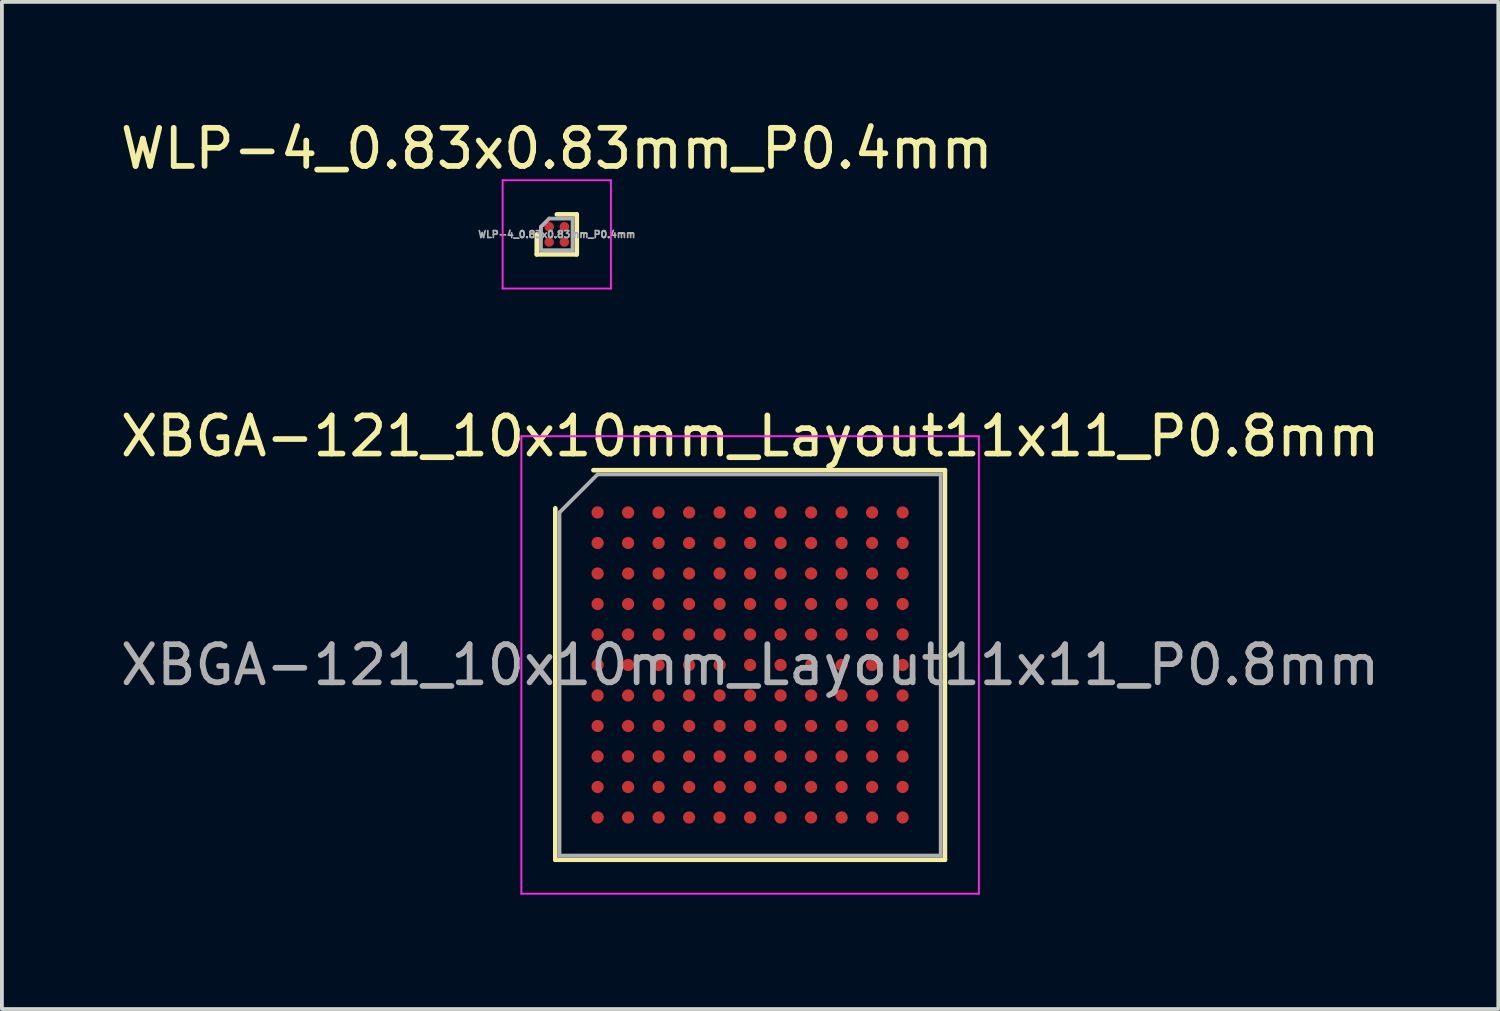
<source format=kicad_pcb>
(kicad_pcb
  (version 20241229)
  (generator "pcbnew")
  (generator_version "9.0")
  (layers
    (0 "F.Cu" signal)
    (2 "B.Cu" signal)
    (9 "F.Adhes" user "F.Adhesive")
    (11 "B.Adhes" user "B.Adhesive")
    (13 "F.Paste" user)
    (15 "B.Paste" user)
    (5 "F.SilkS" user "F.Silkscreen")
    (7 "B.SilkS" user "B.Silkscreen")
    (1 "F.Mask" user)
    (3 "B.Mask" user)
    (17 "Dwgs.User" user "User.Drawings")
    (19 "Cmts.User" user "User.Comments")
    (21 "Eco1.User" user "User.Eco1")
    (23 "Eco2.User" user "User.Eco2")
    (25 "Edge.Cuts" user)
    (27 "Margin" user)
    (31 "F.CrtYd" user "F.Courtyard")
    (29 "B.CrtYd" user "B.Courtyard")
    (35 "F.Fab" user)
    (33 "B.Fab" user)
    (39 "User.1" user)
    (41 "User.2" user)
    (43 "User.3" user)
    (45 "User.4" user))
  (footprint "XBGA-121_10x10mm_Layout11x11_P0.8mm"
    (layer "F.Cu")
    (at 16.625 14.392)
    (property "Reference" "XBGA-121_10x10mm_Layout11x11_P0.8mm" (at 0 -6 0) (layer "F.SilkS") (effects (font (size 1 1) (thickness 0.15))))
    (attr smd)
    (fp_line (start -5.11 5.11) (end -5.11 -4.11) (stroke (width 0.12) (type solid)) (layer "F.SilkS"))
    (fp_line (start -4.11 -5.11) (end 5.11 -5.11) (stroke (width 0.12) (type solid)) (layer "F.SilkS"))
    (fp_line (start 5.11 -5.11) (end 5.11 5.11) (stroke (width 0.12) (type solid)) (layer "F.SilkS"))
    (fp_line (start 5.11 5.11) (end -5.11 5.11) (stroke (width 0.12) (type solid)) (layer "F.SilkS"))
    (fp_line (start -6 -6) (end -6 6) (stroke (width 0.05) (type solid)) (layer "F.CrtYd"))
    (fp_line (start -6 6) (end 6 6) (stroke (width 0.05) (type solid)) (layer "F.CrtYd"))
    (fp_line (start 6 -6) (end -6 -6) (stroke (width 0.05) (type solid)) (layer "F.CrtYd"))
    (fp_line (start 6 6) (end 6 -6) (stroke (width 0.05) (type solid)) (layer "F.CrtYd"))
    (fp_line (start -5 -4) (end -4 -5) (stroke (width 0.1) (type solid)) (layer "F.Fab"))
    (fp_line (start -5 5) (end -5 -4) (stroke (width 0.1) (type solid)) (layer "F.Fab"))
    (fp_line (start -4 -5) (end 5 -5) (stroke (width 0.1) (type solid)) (layer "F.Fab"))
    (fp_line (start 5 -5) (end 5 5) (stroke (width 0.1) (type solid)) (layer "F.Fab"))
    (fp_line (start 5 5) (end -5 5) (stroke (width 0.1) (type solid)) (layer "F.Fab"))
    (fp_text user "${REFERENCE}" (at 0 0 0) (layer "F.Fab") (effects (font (size 1 1) (thickness 0.15))))
    (pad "A1" smd circle (at -4 -4) (size 0.32 0.32) (layers "F.Cu" "F.Mask" "F.Paste"))
    (pad "A2" smd circle (at -3.2 -4) (size 0.32 0.32) (layers "F.Cu" "F.Mask" "F.Paste"))
    (pad "A3" smd circle (at -2.4 -4) (size 0.32 0.32) (layers "F.Cu" "F.Mask" "F.Paste"))
    (pad "A4" smd circle (at -1.6 -4) (size 0.32 0.32) (layers "F.Cu" "F.Mask" "F.Paste"))
    (pad "A5" smd circle (at -0.8 -4) (size 0.32 0.32) (layers "F.Cu" "F.Mask" "F.Paste"))
    (pad "A6" smd circle (at 0 -4) (size 0.32 0.32) (layers "F.Cu" "F.Mask" "F.Paste"))
    (pad "A7" smd circle (at 0.8 -4) (size 0.32 0.32) (layers "F.Cu" "F.Mask" "F.Paste"))
    (pad "A8" smd circle (at 1.6 -4) (size 0.32 0.32) (layers "F.Cu" "F.Mask" "F.Paste"))
    (pad "A9" smd circle (at 2.4 -4) (size 0.32 0.32) (layers "F.Cu" "F.Mask" "F.Paste"))
    (pad "A10" smd circle (at 3.2 -4) (size 0.32 0.32) (layers "F.Cu" "F.Mask" "F.Paste"))
    (pad "A11" smd circle (at 4 -4) (size 0.32 0.32) (layers "F.Cu" "F.Mask" "F.Paste"))
    (pad "B1" smd circle (at -4 -3.2) (size 0.32 0.32) (layers "F.Cu" "F.Mask" "F.Paste"))
    (pad "B2" smd circle (at -3.2 -3.2) (size 0.32 0.32) (layers "F.Cu" "F.Mask" "F.Paste"))
    (pad "B3" smd circle (at -2.4 -3.2) (size 0.32 0.32) (layers "F.Cu" "F.Mask" "F.Paste"))
    (pad "B4" smd circle (at -1.6 -3.2) (size 0.32 0.32) (layers "F.Cu" "F.Mask" "F.Paste"))
    (pad "B5" smd circle (at -0.8 -3.2) (size 0.32 0.32) (layers "F.Cu" "F.Mask" "F.Paste"))
    (pad "B6" smd circle (at 0 -3.2) (size 0.32 0.32) (layers "F.Cu" "F.Mask" "F.Paste"))
    (pad "B7" smd circle (at 0.8 -3.2) (size 0.32 0.32) (layers "F.Cu" "F.Mask" "F.Paste"))
    (pad "B8" smd circle (at 1.6 -3.2) (size 0.32 0.32) (layers "F.Cu" "F.Mask" "F.Paste"))
    (pad "B9" smd circle (at 2.4 -3.2) (size 0.32 0.32) (layers "F.Cu" "F.Mask" "F.Paste"))
    (pad "B10" smd circle (at 3.2 -3.2) (size 0.32 0.32) (layers "F.Cu" "F.Mask" "F.Paste"))
    (pad "B11" smd circle (at 4 -3.2) (size 0.32 0.32) (layers "F.Cu" "F.Mask" "F.Paste"))
    (pad "C1" smd circle (at -4 -2.4) (size 0.32 0.32) (layers "F.Cu" "F.Mask" "F.Paste"))
    (pad "C2" smd circle (at -3.2 -2.4) (size 0.32 0.32) (layers "F.Cu" "F.Mask" "F.Paste"))
    (pad "C3" smd circle (at -2.4 -2.4) (size 0.32 0.32) (layers "F.Cu" "F.Mask" "F.Paste"))
    (pad "C4" smd circle (at -1.6 -2.4) (size 0.32 0.32) (layers "F.Cu" "F.Mask" "F.Paste"))
    (pad "C5" smd circle (at -0.8 -2.4) (size 0.32 0.32) (layers "F.Cu" "F.Mask" "F.Paste"))
    (pad "C6" smd circle (at 0 -2.4) (size 0.32 0.32) (layers "F.Cu" "F.Mask" "F.Paste"))
    (pad "C7" smd circle (at 0.8 -2.4) (size 0.32 0.32) (layers "F.Cu" "F.Mask" "F.Paste"))
    (pad "C8" smd circle (at 1.6 -2.4) (size 0.32 0.32) (layers "F.Cu" "F.Mask" "F.Paste"))
    (pad "C9" smd circle (at 2.4 -2.4) (size 0.32 0.32) (layers "F.Cu" "F.Mask" "F.Paste"))
    (pad "C10" smd circle (at 3.2 -2.4) (size 0.32 0.32) (layers "F.Cu" "F.Mask" "F.Paste"))
    (pad "C11" smd circle (at 4 -2.4) (size 0.32 0.32) (layers "F.Cu" "F.Mask" "F.Paste"))
    (pad "D1" smd circle (at -4 -1.6) (size 0.32 0.32) (layers "F.Cu" "F.Mask" "F.Paste"))
    (pad "D2" smd circle (at -3.2 -1.6) (size 0.32 0.32) (layers "F.Cu" "F.Mask" "F.Paste"))
    (pad "D3" smd circle (at -2.4 -1.6) (size 0.32 0.32) (layers "F.Cu" "F.Mask" "F.Paste"))
    (pad "D4" smd circle (at -1.6 -1.6) (size 0.32 0.32) (layers "F.Cu" "F.Mask" "F.Paste"))
    (pad "D5" smd circle (at -0.8 -1.6) (size 0.32 0.32) (layers "F.Cu" "F.Mask" "F.Paste"))
    (pad "D6" smd circle (at 0 -1.6) (size 0.32 0.32) (layers "F.Cu" "F.Mask" "F.Paste"))
    (pad "D7" smd circle (at 0.8 -1.6) (size 0.32 0.32) (layers "F.Cu" "F.Mask" "F.Paste"))
    (pad "D8" smd circle (at 1.6 -1.6) (size 0.32 0.32) (layers "F.Cu" "F.Mask" "F.Paste"))
    (pad "D9" smd circle (at 2.4 -1.6) (size 0.32 0.32) (layers "F.Cu" "F.Mask" "F.Paste"))
    (pad "D10" smd circle (at 3.2 -1.6) (size 0.32 0.32) (layers "F.Cu" "F.Mask" "F.Paste"))
    (pad "D11" smd circle (at 4 -1.6) (size 0.32 0.32) (layers "F.Cu" "F.Mask" "F.Paste"))
    (pad "E1" smd circle (at -4 -0.8) (size 0.32 0.32) (layers "F.Cu" "F.Mask" "F.Paste"))
    (pad "E2" smd circle (at -3.2 -0.8) (size 0.32 0.32) (layers "F.Cu" "F.Mask" "F.Paste"))
    (pad "E3" smd circle (at -2.4 -0.8) (size 0.32 0.32) (layers "F.Cu" "F.Mask" "F.Paste"))
    (pad "E4" smd circle (at -1.6 -0.8) (size 0.32 0.32) (layers "F.Cu" "F.Mask" "F.Paste"))
    (pad "E5" smd circle (at -0.8 -0.8) (size 0.32 0.32) (layers "F.Cu" "F.Mask" "F.Paste"))
    (pad "E6" smd circle (at 0 -0.8) (size 0.32 0.32) (layers "F.Cu" "F.Mask" "F.Paste"))
    (pad "E7" smd circle (at 0.8 -0.8) (size 0.32 0.32) (layers "F.Cu" "F.Mask" "F.Paste"))
    (pad "E8" smd circle (at 1.6 -0.8) (size 0.32 0.32) (layers "F.Cu" "F.Mask" "F.Paste"))
    (pad "E9" smd circle (at 2.4 -0.8) (size 0.32 0.32) (layers "F.Cu" "F.Mask" "F.Paste"))
    (pad "E10" smd circle (at 3.2 -0.8) (size 0.32 0.32) (layers "F.Cu" "F.Mask" "F.Paste"))
    (pad "E11" smd circle (at 4 -0.8) (size 0.32 0.32) (layers "F.Cu" "F.Mask" "F.Paste"))
    (pad "F1" smd circle (at -4 0) (size 0.32 0.32) (layers "F.Cu" "F.Mask" "F.Paste"))
    (pad "F2" smd circle (at -3.2 0) (size 0.32 0.32) (layers "F.Cu" "F.Mask" "F.Paste"))
    (pad "F3" smd circle (at -2.4 0) (size 0.32 0.32) (layers "F.Cu" "F.Mask" "F.Paste"))
    (pad "F4" smd circle (at -1.6 0) (size 0.32 0.32) (layers "F.Cu" "F.Mask" "F.Paste"))
    (pad "F5" smd circle (at -0.8 0) (size 0.32 0.32) (layers "F.Cu" "F.Mask" "F.Paste"))
    (pad "F6" smd circle (at 0 0) (size 0.32 0.32) (layers "F.Cu" "F.Mask" "F.Paste"))
    (pad "F7" smd circle (at 0.8 0) (size 0.32 0.32) (layers "F.Cu" "F.Mask" "F.Paste"))
    (pad "F8" smd circle (at 1.6 0) (size 0.32 0.32) (layers "F.Cu" "F.Mask" "F.Paste"))
    (pad "F9" smd circle (at 2.4 0) (size 0.32 0.32) (layers "F.Cu" "F.Mask" "F.Paste"))
    (pad "F10" smd circle (at 3.2 0) (size 0.32 0.32) (layers "F.Cu" "F.Mask" "F.Paste"))
    (pad "F11" smd circle (at 4 0) (size 0.32 0.32) (layers "F.Cu" "F.Mask" "F.Paste"))
    (pad "G1" smd circle (at -4 0.8) (size 0.32 0.32) (layers "F.Cu" "F.Mask" "F.Paste"))
    (pad "G2" smd circle (at -3.2 0.8) (size 0.32 0.32) (layers "F.Cu" "F.Mask" "F.Paste"))
    (pad "G3" smd circle (at -2.4 0.8) (size 0.32 0.32) (layers "F.Cu" "F.Mask" "F.Paste"))
    (pad "G4" smd circle (at -1.6 0.8) (size 0.32 0.32) (layers "F.Cu" "F.Mask" "F.Paste"))
    (pad "G5" smd circle (at -0.8 0.8) (size 0.32 0.32) (layers "F.Cu" "F.Mask" "F.Paste"))
    (pad "G6" smd circle (at 0 0.8) (size 0.32 0.32) (layers "F.Cu" "F.Mask" "F.Paste"))
    (pad "G7" smd circle (at 0.8 0.8) (size 0.32 0.32) (layers "F.Cu" "F.Mask" "F.Paste"))
    (pad "G8" smd circle (at 1.6 0.8) (size 0.32 0.32) (layers "F.Cu" "F.Mask" "F.Paste"))
    (pad "G9" smd circle (at 2.4 0.8) (size 0.32 0.32) (layers "F.Cu" "F.Mask" "F.Paste"))
    (pad "G10" smd circle (at 3.2 0.8) (size 0.32 0.32) (layers "F.Cu" "F.Mask" "F.Paste"))
    (pad "G11" smd circle (at 4 0.8) (size 0.32 0.32) (layers "F.Cu" "F.Mask" "F.Paste"))
    (pad "H1" smd circle (at -4 1.6) (size 0.32 0.32) (layers "F.Cu" "F.Mask" "F.Paste"))
    (pad "H2" smd circle (at -3.2 1.6) (size 0.32 0.32) (layers "F.Cu" "F.Mask" "F.Paste"))
    (pad "H3" smd circle (at -2.4 1.6) (size 0.32 0.32) (layers "F.Cu" "F.Mask" "F.Paste"))
    (pad "H4" smd circle (at -1.6 1.6) (size 0.32 0.32) (layers "F.Cu" "F.Mask" "F.Paste"))
    (pad "H5" smd circle (at -0.8 1.6) (size 0.32 0.32) (layers "F.Cu" "F.Mask" "F.Paste"))
    (pad "H6" smd circle (at 0 1.6) (size 0.32 0.32) (layers "F.Cu" "F.Mask" "F.Paste"))
    (pad "H7" smd circle (at 0.8 1.6) (size 0.32 0.32) (layers "F.Cu" "F.Mask" "F.Paste"))
    (pad "H8" smd circle (at 1.6 1.6) (size 0.32 0.32) (layers "F.Cu" "F.Mask" "F.Paste"))
    (pad "H9" smd circle (at 2.4 1.6) (size 0.32 0.32) (layers "F.Cu" "F.Mask" "F.Paste"))
    (pad "H10" smd circle (at 3.2 1.6) (size 0.32 0.32) (layers "F.Cu" "F.Mask" "F.Paste"))
    (pad "H11" smd circle (at 4 1.6) (size 0.32 0.32) (layers "F.Cu" "F.Mask" "F.Paste"))
    (pad "J1" smd circle (at -4 2.4) (size 0.32 0.32) (layers "F.Cu" "F.Mask" "F.Paste"))
    (pad "J2" smd circle (at -3.2 2.4) (size 0.32 0.32) (layers "F.Cu" "F.Mask" "F.Paste"))
    (pad "J3" smd circle (at -2.4 2.4) (size 0.32 0.32) (layers "F.Cu" "F.Mask" "F.Paste"))
    (pad "J4" smd circle (at -1.6 2.4) (size 0.32 0.32) (layers "F.Cu" "F.Mask" "F.Paste"))
    (pad "J5" smd circle (at -0.8 2.4) (size 0.32 0.32) (layers "F.Cu" "F.Mask" "F.Paste"))
    (pad "J6" smd circle (at 0 2.4) (size 0.32 0.32) (layers "F.Cu" "F.Mask" "F.Paste"))
    (pad "J7" smd circle (at 0.8 2.4) (size 0.32 0.32) (layers "F.Cu" "F.Mask" "F.Paste"))
    (pad "J8" smd circle (at 1.6 2.4) (size 0.32 0.32) (layers "F.Cu" "F.Mask" "F.Paste"))
    (pad "J9" smd circle (at 2.4 2.4) (size 0.32 0.32) (layers "F.Cu" "F.Mask" "F.Paste"))
    (pad "J10" smd circle (at 3.2 2.4) (size 0.32 0.32) (layers "F.Cu" "F.Mask" "F.Paste"))
    (pad "J11" smd circle (at 4 2.4) (size 0.32 0.32) (layers "F.Cu" "F.Mask" "F.Paste"))
    (pad "K1" smd circle (at -4 3.2) (size 0.32 0.32) (layers "F.Cu" "F.Mask" "F.Paste"))
    (pad "K2" smd circle (at -3.2 3.2) (size 0.32 0.32) (layers "F.Cu" "F.Mask" "F.Paste"))
    (pad "K3" smd circle (at -2.4 3.2) (size 0.32 0.32) (layers "F.Cu" "F.Mask" "F.Paste"))
    (pad "K4" smd circle (at -1.6 3.2) (size 0.32 0.32) (layers "F.Cu" "F.Mask" "F.Paste"))
    (pad "K5" smd circle (at -0.8 3.2) (size 0.32 0.32) (layers "F.Cu" "F.Mask" "F.Paste"))
    (pad "K6" smd circle (at 0 3.2) (size 0.32 0.32) (layers "F.Cu" "F.Mask" "F.Paste"))
    (pad "K7" smd circle (at 0.8 3.2) (size 0.32 0.32) (layers "F.Cu" "F.Mask" "F.Paste"))
    (pad "K8" smd circle (at 1.6 3.2) (size 0.32 0.32) (layers "F.Cu" "F.Mask" "F.Paste"))
    (pad "K9" smd circle (at 2.4 3.2) (size 0.32 0.32) (layers "F.Cu" "F.Mask" "F.Paste"))
    (pad "K10" smd circle (at 3.2 3.2) (size 0.32 0.32) (layers "F.Cu" "F.Mask" "F.Paste"))
    (pad "K11" smd circle (at 4 3.2) (size 0.32 0.32) (layers "F.Cu" "F.Mask" "F.Paste"))
    (pad "L1" smd circle (at -4 4) (size 0.32 0.32) (layers "F.Cu" "F.Mask" "F.Paste"))
    (pad "L2" smd circle (at -3.2 4) (size 0.32 0.32) (layers "F.Cu" "F.Mask" "F.Paste"))
    (pad "L3" smd circle (at -2.4 4) (size 0.32 0.32) (layers "F.Cu" "F.Mask" "F.Paste"))
    (pad "L4" smd circle (at -1.6 4) (size 0.32 0.32) (layers "F.Cu" "F.Mask" "F.Paste"))
    (pad "L5" smd circle (at -0.8 4) (size 0.32 0.32) (layers "F.Cu" "F.Mask" "F.Paste"))
    (pad "L6" smd circle (at 0 4) (size 0.32 0.32) (layers "F.Cu" "F.Mask" "F.Paste"))
    (pad "L7" smd circle (at 0.8 4) (size 0.32 0.32) (layers "F.Cu" "F.Mask" "F.Paste"))
    (pad "L8" smd circle (at 1.6 4) (size 0.32 0.32) (layers "F.Cu" "F.Mask" "F.Paste"))
    (pad "L9" smd circle (at 2.4 4) (size 0.32 0.32) (layers "F.Cu" "F.Mask" "F.Paste"))
    (pad "L10" smd circle (at 3.2 4) (size 0.32 0.32) (layers "F.Cu" "F.Mask" "F.Paste"))
    (pad "L11" smd circle (at 4 4) (size 0.32 0.32) (layers "F.Cu" "F.Mask" "F.Paste")))
  (footprint "WLP-4_0.83x0.83mm_P0.4mm"
    (layer "F.Cu")
    (at 11.554 3.098)
    (property "Reference" "WLP-4_0.83x0.83mm_P0.4mm" (at 0 -2.25 0) (layer "F.SilkS") (effects (font (size 1 1) (thickness 0.15))))
    (attr smd)
    (fp_line (start -0.525 0) (end -0.525 0.525) (stroke (width 0.12) (type solid)) (layer "F.SilkS"))
    (fp_line (start -0.525 0.525) (end 0.525 0.525) (stroke (width 0.12) (type solid)) (layer "F.SilkS"))
    (fp_line (start 0.525 -0.525) (end 0 -0.525) (stroke (width 0.12) (type solid)) (layer "F.SilkS"))
    (fp_line (start 0.525 0.525) (end 0.525 -0.525) (stroke (width 0.12) (type solid)) (layer "F.SilkS"))
    (fp_line (start -1.42 -1.42) (end 1.42 -1.42) (stroke (width 0.05) (type solid)) (layer "F.CrtYd"))
    (fp_line (start -1.42 1.42) (end -1.42 -1.42) (stroke (width 0.05) (type solid)) (layer "F.CrtYd"))
    (fp_line (start 1.42 -1.42) (end 1.42 1.42) (stroke (width 0.05) (type solid)) (layer "F.CrtYd"))
    (fp_line (start 1.42 1.42) (end -1.42 1.42) (stroke (width 0.05) (type solid)) (layer "F.CrtYd"))
    (fp_line (start -0.415 -0.2) (end -0.415 0.415) (stroke (width 0.1) (type solid)) (layer "F.Fab"))
    (fp_line (start -0.2 -0.415) (end -0.415 -0.2) (stroke (width 0.1) (type solid)) (layer "F.Fab"))
    (fp_line (start 0.415 -0.415) (end -0.2 -0.415) (stroke (width 0.1) (type solid)) (layer "F.Fab"))
    (fp_line (start 0.415 -0.415) (end 0.415 0.415) (stroke (width 0.1) (type solid)) (layer "F.Fab"))
    (fp_line (start 0.415 0.415) (end -0.415 0.415) (stroke (width 0.1) (type solid)) (layer "F.Fab"))
    (fp_text user "${REFERENCE}" (at 0 0 0) (layer "F.Fab") (effects (font (size 0.18 0.18) (thickness 0.045))))
    (pad "A1" smd circle (at -0.2 -0.2) (size 0.25 0.25) (layers "F.Cu" "F.Mask" "F.Paste"))
    (pad "A2" smd circle (at 0.2 -0.2) (size 0.25 0.25) (layers "F.Cu" "F.Mask" "F.Paste"))
    (pad "B1" smd circle (at -0.2 0.2) (size 0.25 0.25) (layers "F.Cu" "F.Mask" "F.Paste"))
    (pad "B2" smd circle (at 0.2 0.2) (size 0.25 0.25) (layers "F.Cu" "F.Mask" "F.Paste")))
  (gr_rect
    (start -3 -3)
    (end 36.25 23.416)
    (stroke (width 0.1) (type default))
    (fill no)
    (layer "Edge.Cuts")))
</source>
